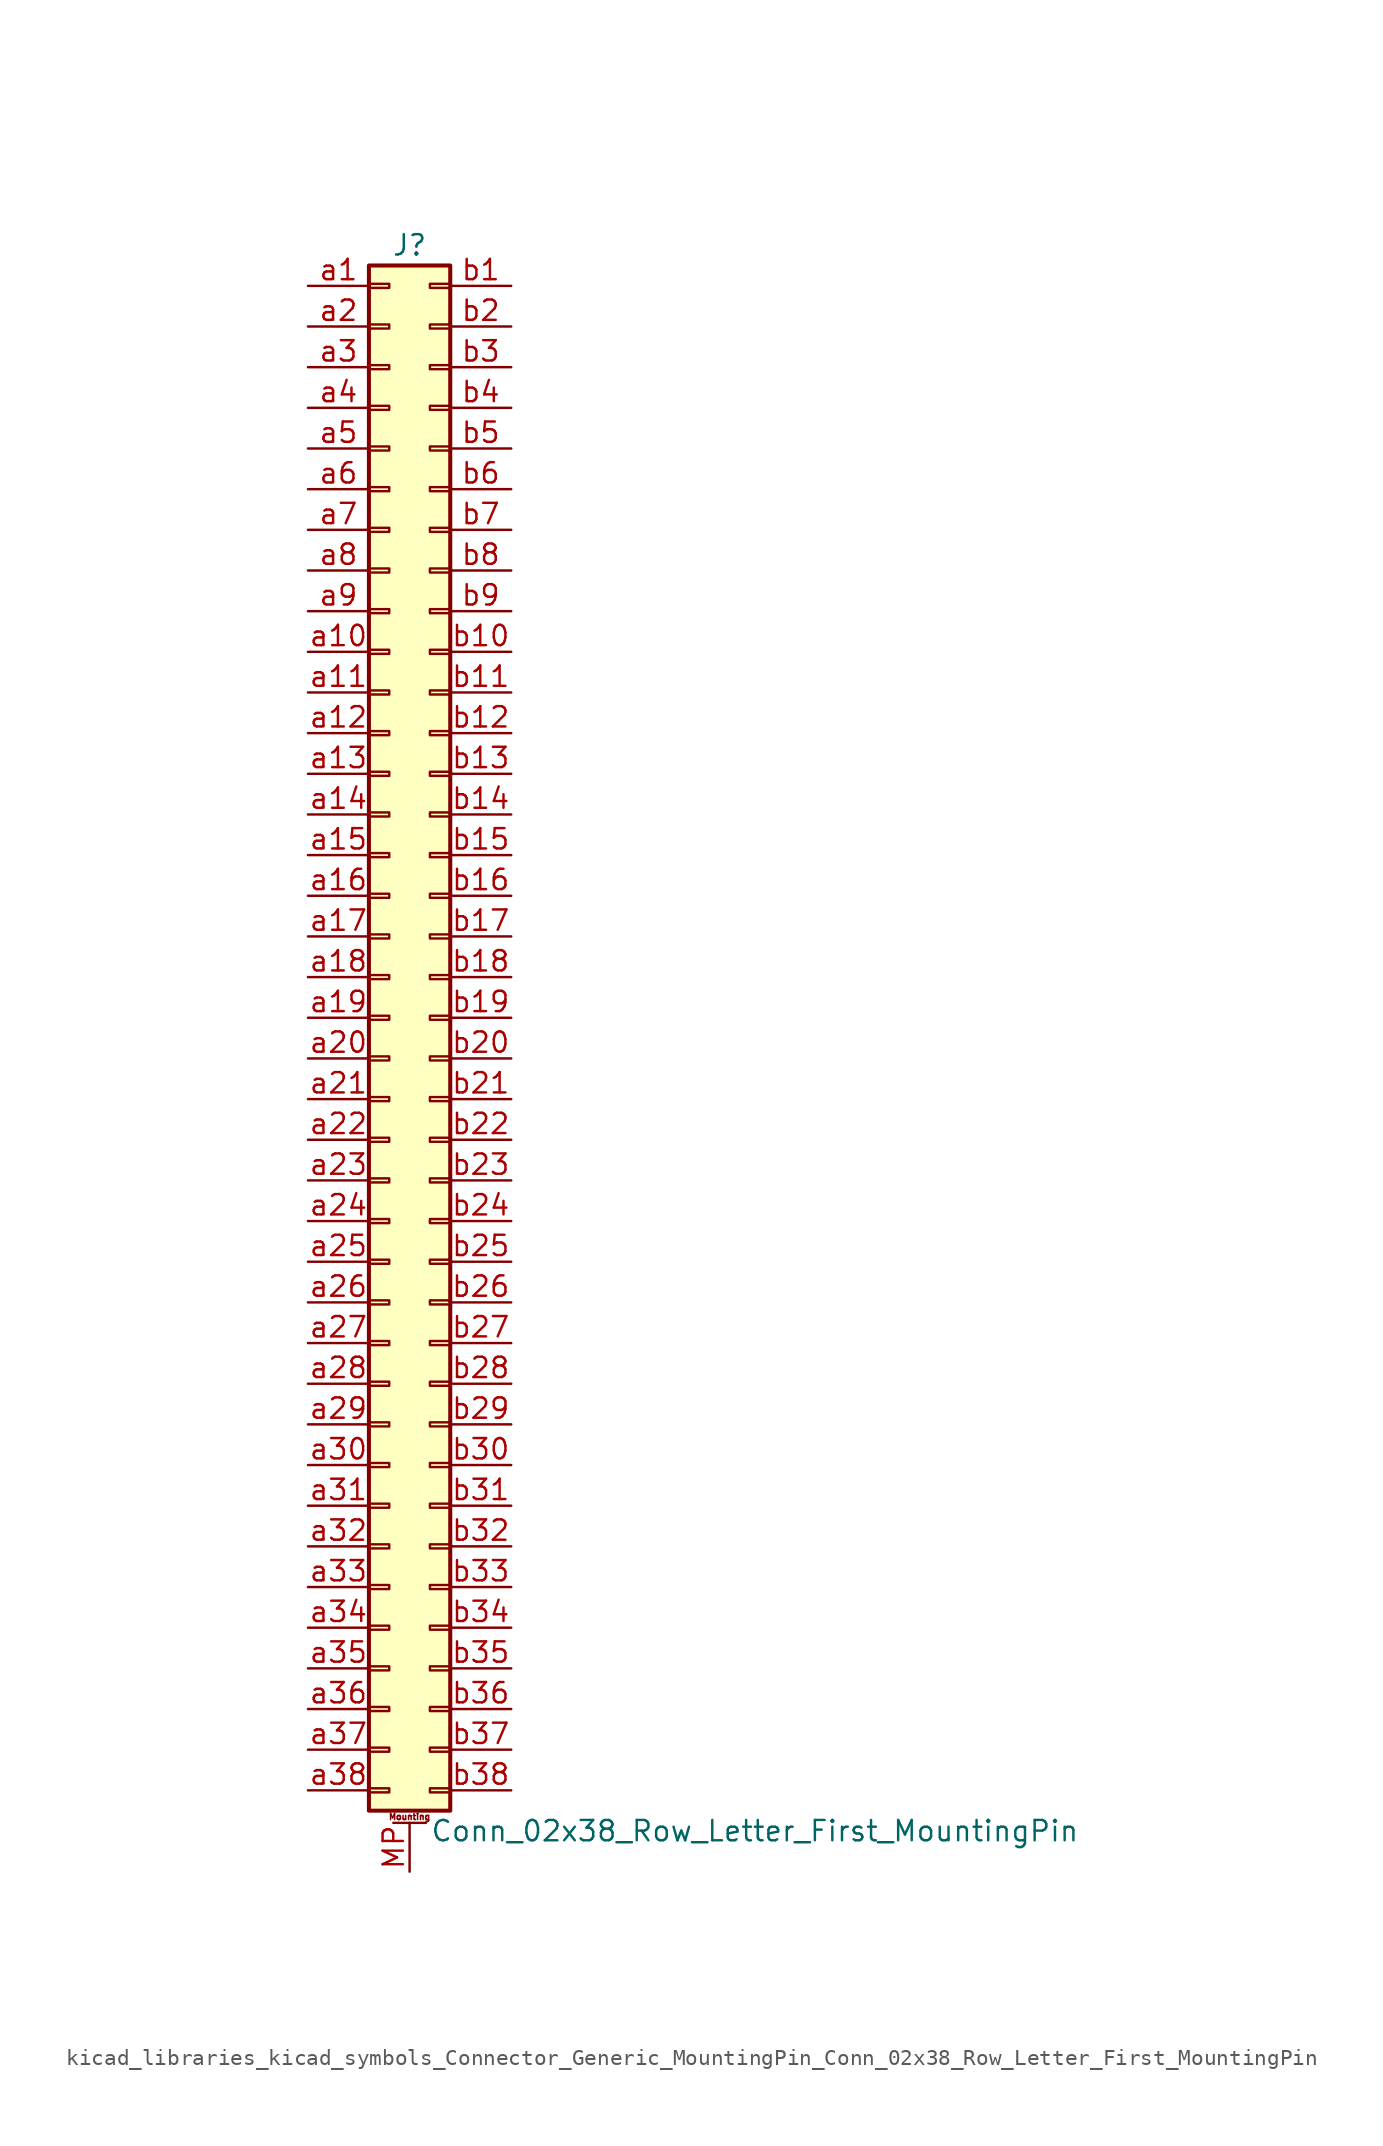
<source format=kicad_sym>
(kicad_symbol_lib
  (version 20220914)
  (generator kicad_symbol_editor)
  (symbol "kicad_libraries_kicad_symbols_Connector_Generic_MountingPin_Conn_02x38_Row_Letter_First_MountingPin"
    (pin_names
      (offset 1.016) hide)
    (property "Reference" "J"
      (at 1.27 48.26 0)
      (effects (font (size 1.27 1.27))))
    (property "Value" "Conn_02x38_Row_Letter_First_MountingPin"
      (at 2.54 -50.8 0)
      (effects (font (size 1.27 1.27)) (justify left)))
    (symbol "kicad_libraries_kicad_symbols_Connector_Generic_MountingPin_Conn_02x38_Row_Letter_First_MountingPin_1_1"
      (rectangle (start -1.27 -48.133) (end 0 -48.387) (stroke (width 0.152) (type default)) (fill (type none)))
      (rectangle (start -1.27 -45.593) (end 0 -45.847) (stroke (width 0.152) (type default)) (fill (type none)))
      (rectangle (start -1.27 -43.053) (end 0 -43.307) (stroke (width 0.152) (type default)) (fill (type none)))
      (rectangle (start -1.27 -40.513) (end 0 -40.767) (stroke (width 0.152) (type default)) (fill (type none)))
      (rectangle (start -1.27 -37.973) (end 0 -38.227) (stroke (width 0.152) (type default)) (fill (type none)))
      (rectangle (start -1.27 -35.433) (end 0 -35.687) (stroke (width 0.152) (type default)) (fill (type none)))
      (rectangle (start -1.27 -32.893) (end 0 -33.147) (stroke (width 0.152) (type default)) (fill (type none)))
      (rectangle (start -1.27 -30.353) (end 0 -30.607) (stroke (width 0.152) (type default)) (fill (type none)))
      (rectangle (start -1.27 -27.813) (end 0 -28.067) (stroke (width 0.152) (type default)) (fill (type none)))
      (rectangle (start -1.27 -25.273) (end 0 -25.527) (stroke (width 0.152) (type default)) (fill (type none)))
      (rectangle (start -1.27 -22.733) (end 0 -22.987) (stroke (width 0.152) (type default)) (fill (type none)))
      (rectangle (start -1.27 -20.193) (end 0 -20.447) (stroke (width 0.152) (type default)) (fill (type none)))
      (rectangle (start -1.27 -17.653) (end 0 -17.907) (stroke (width 0.152) (type default)) (fill (type none)))
      (rectangle (start -1.27 -15.113) (end 0 -15.367) (stroke (width 0.152) (type default)) (fill (type none)))
      (rectangle (start -1.27 -12.573) (end 0 -12.827) (stroke (width 0.152) (type default)) (fill (type none)))
      (rectangle (start -1.27 -10.033) (end 0 -10.287) (stroke (width 0.152) (type default)) (fill (type none)))
      (rectangle (start -1.27 -7.493) (end 0 -7.747) (stroke (width 0.152) (type default)) (fill (type none)))
      (rectangle (start -1.27 -4.953) (end 0 -5.207) (stroke (width 0.152) (type default)) (fill (type none)))
      (rectangle (start -1.27 -2.413) (end 0 -2.667) (stroke (width 0.152) (type default)) (fill (type none)))
      (rectangle (start -1.27 0.127) (end 0 -0.127) (stroke (width 0.152) (type default)) (fill (type none)))
      (rectangle (start -1.27 2.667) (end 0 2.413) (stroke (width 0.152) (type default)) (fill (type none)))
      (rectangle (start -1.27 5.207) (end 0 4.953) (stroke (width 0.152) (type default)) (fill (type none)))
      (rectangle (start -1.27 7.747) (end 0 7.493) (stroke (width 0.152) (type default)) (fill (type none)))
      (rectangle (start -1.27 10.287) (end 0 10.033) (stroke (width 0.152) (type default)) (fill (type none)))
      (rectangle (start -1.27 12.827) (end 0 12.573) (stroke (width 0.152) (type default)) (fill (type none)))
      (rectangle (start -1.27 15.367) (end 0 15.113) (stroke (width 0.152) (type default)) (fill (type none)))
      (rectangle (start -1.27 17.907) (end 0 17.653) (stroke (width 0.152) (type default)) (fill (type none)))
      (rectangle (start -1.27 20.447) (end 0 20.193) (stroke (width 0.152) (type default)) (fill (type none)))
      (rectangle (start -1.27 22.987) (end 0 22.733) (stroke (width 0.152) (type default)) (fill (type none)))
      (rectangle (start -1.27 25.527) (end 0 25.273) (stroke (width 0.152) (type default)) (fill (type none)))
      (rectangle (start -1.27 28.067) (end 0 27.813) (stroke (width 0.152) (type default)) (fill (type none)))
      (rectangle (start -1.27 30.607) (end 0 30.353) (stroke (width 0.152) (type default)) (fill (type none)))
      (rectangle (start -1.27 33.147) (end 0 32.893) (stroke (width 0.152) (type default)) (fill (type none)))
      (rectangle (start -1.27 35.687) (end 0 35.433) (stroke (width 0.152) (type default)) (fill (type none)))
      (rectangle (start -1.27 38.227) (end 0 37.973) (stroke (width 0.152) (type default)) (fill (type none)))
      (rectangle (start -1.27 40.767) (end 0 40.513) (stroke (width 0.152) (type default)) (fill (type none)))
      (rectangle (start -1.27 43.307) (end 0 43.053) (stroke (width 0.152) (type default)) (fill (type none)))
      (rectangle (start -1.27 45.847) (end 0 45.593) (stroke (width 0.152) (type default)) (fill (type none)))
      (rectangle (start -1.27 46.99) (end 3.81 -49.53) (stroke (width 0.254) (type default)) (fill (type background)))
      (polyline (pts (xy 0.254 -50.292) (xy 2.286 -50.292)) (stroke (width 0.152) (type default)) (fill (type none)))
      (rectangle (start 3.81 -48.133) (end 2.54 -48.387) (stroke (width 0.152) (type default)) (fill (type none)))
      (rectangle (start 3.81 -45.593) (end 2.54 -45.847) (stroke (width 0.152) (type default)) (fill (type none)))
      (rectangle (start 3.81 -43.053) (end 2.54 -43.307) (stroke (width 0.152) (type default)) (fill (type none)))
      (rectangle (start 3.81 -40.513) (end 2.54 -40.767) (stroke (width 0.152) (type default)) (fill (type none)))
      (rectangle (start 3.81 -37.973) (end 2.54 -38.227) (stroke (width 0.152) (type default)) (fill (type none)))
      (rectangle (start 3.81 -35.433) (end 2.54 -35.687) (stroke (width 0.152) (type default)) (fill (type none)))
      (rectangle (start 3.81 -32.893) (end 2.54 -33.147) (stroke (width 0.152) (type default)) (fill (type none)))
      (rectangle (start 3.81 -30.353) (end 2.54 -30.607) (stroke (width 0.152) (type default)) (fill (type none)))
      (rectangle (start 3.81 -27.813) (end 2.54 -28.067) (stroke (width 0.152) (type default)) (fill (type none)))
      (rectangle (start 3.81 -25.273) (end 2.54 -25.527) (stroke (width 0.152) (type default)) (fill (type none)))
      (rectangle (start 3.81 -22.733) (end 2.54 -22.987) (stroke (width 0.152) (type default)) (fill (type none)))
      (rectangle (start 3.81 -20.193) (end 2.54 -20.447) (stroke (width 0.152) (type default)) (fill (type none)))
      (rectangle (start 3.81 -17.653) (end 2.54 -17.907) (stroke (width 0.152) (type default)) (fill (type none)))
      (rectangle (start 3.81 -15.113) (end 2.54 -15.367) (stroke (width 0.152) (type default)) (fill (type none)))
      (rectangle (start 3.81 -12.573) (end 2.54 -12.827) (stroke (width 0.152) (type default)) (fill (type none)))
      (rectangle (start 3.81 -10.033) (end 2.54 -10.287) (stroke (width 0.152) (type default)) (fill (type none)))
      (rectangle (start 3.81 -7.493) (end 2.54 -7.747) (stroke (width 0.152) (type default)) (fill (type none)))
      (rectangle (start 3.81 -4.953) (end 2.54 -5.207) (stroke (width 0.152) (type default)) (fill (type none)))
      (rectangle (start 3.81 -2.413) (end 2.54 -2.667) (stroke (width 0.152) (type default)) (fill (type none)))
      (rectangle (start 3.81 0.127) (end 2.54 -0.127) (stroke (width 0.152) (type default)) (fill (type none)))
      (rectangle (start 3.81 2.667) (end 2.54 2.413) (stroke (width 0.152) (type default)) (fill (type none)))
      (rectangle (start 3.81 5.207) (end 2.54 4.953) (stroke (width 0.152) (type default)) (fill (type none)))
      (rectangle (start 3.81 7.747) (end 2.54 7.493) (stroke (width 0.152) (type default)) (fill (type none)))
      (rectangle (start 3.81 10.287) (end 2.54 10.033) (stroke (width 0.152) (type default)) (fill (type none)))
      (rectangle (start 3.81 12.827) (end 2.54 12.573) (stroke (width 0.152) (type default)) (fill (type none)))
      (rectangle (start 3.81 15.367) (end 2.54 15.113) (stroke (width 0.152) (type default)) (fill (type none)))
      (rectangle (start 3.81 17.907) (end 2.54 17.653) (stroke (width 0.152) (type default)) (fill (type none)))
      (rectangle (start 3.81 20.447) (end 2.54 20.193) (stroke (width 0.152) (type default)) (fill (type none)))
      (rectangle (start 3.81 22.987) (end 2.54 22.733) (stroke (width 0.152) (type default)) (fill (type none)))
      (rectangle (start 3.81 25.527) (end 2.54 25.273) (stroke (width 0.152) (type default)) (fill (type none)))
      (rectangle (start 3.81 28.067) (end 2.54 27.813) (stroke (width 0.152) (type default)) (fill (type none)))
      (rectangle (start 3.81 30.607) (end 2.54 30.353) (stroke (width 0.152) (type default)) (fill (type none)))
      (rectangle (start 3.81 33.147) (end 2.54 32.893) (stroke (width 0.152) (type default)) (fill (type none)))
      (rectangle (start 3.81 35.687) (end 2.54 35.433) (stroke (width 0.152) (type default)) (fill (type none)))
      (rectangle (start 3.81 38.227) (end 2.54 37.973) (stroke (width 0.152) (type default)) (fill (type none)))
      (rectangle (start 3.81 40.767) (end 2.54 40.513) (stroke (width 0.152) (type default)) (fill (type none)))
      (rectangle (start 3.81 43.307) (end 2.54 43.053) (stroke (width 0.152) (type default)) (fill (type none)))
      (rectangle (start 3.81 45.847) (end 2.54 45.593) (stroke (width 0.152) (type default)) (fill (type none)))
      (text "Mounting" (at 1.27 -49.911 0) (effects (font (size 0.381 0.381))))
      (pin passive line (at 1.27 -53.34 90) (length 3.048) (name "MountPin" (effects (font (size 1.27 1.27)))) (number "MP" (effects (font (size 1.27 1.27)))))
      (pin passive line (at -5.08 45.72 0) (length 3.81) (name "Pin_a1" (effects (font (size 1.27 1.27)))) (number "a1" (effects (font (size 1.27 1.27)))))
      (pin passive line (at -5.08 22.86 0) (length 3.81) (name "Pin_a10" (effects (font (size 1.27 1.27)))) (number "a10" (effects (font (size 1.27 1.27)))))
      (pin passive line (at -5.08 20.32 0) (length 3.81) (name "Pin_a11" (effects (font (size 1.27 1.27)))) (number "a11" (effects (font (size 1.27 1.27)))))
      (pin passive line (at -5.08 17.78 0) (length 3.81) (name "Pin_a12" (effects (font (size 1.27 1.27)))) (number "a12" (effects (font (size 1.27 1.27)))))
      (pin passive line (at -5.08 15.24 0) (length 3.81) (name "Pin_a13" (effects (font (size 1.27 1.27)))) (number "a13" (effects (font (size 1.27 1.27)))))
      (pin passive line (at -5.08 12.7 0) (length 3.81) (name "Pin_a14" (effects (font (size 1.27 1.27)))) (number "a14" (effects (font (size 1.27 1.27)))))
      (pin passive line (at -5.08 10.16 0) (length 3.81) (name "Pin_a15" (effects (font (size 1.27 1.27)))) (number "a15" (effects (font (size 1.27 1.27)))))
      (pin passive line (at -5.08 7.62 0) (length 3.81) (name "Pin_a16" (effects (font (size 1.27 1.27)))) (number "a16" (effects (font (size 1.27 1.27)))))
      (pin passive line (at -5.08 5.08 0) (length 3.81) (name "Pin_a17" (effects (font (size 1.27 1.27)))) (number "a17" (effects (font (size 1.27 1.27)))))
      (pin passive line (at -5.08 2.54 0) (length 3.81) (name "Pin_a18" (effects (font (size 1.27 1.27)))) (number "a18" (effects (font (size 1.27 1.27)))))
      (pin passive line (at -5.08 0 0) (length 3.81) (name "Pin_a19" (effects (font (size 1.27 1.27)))) (number "a19" (effects (font (size 1.27 1.27)))))
      (pin passive line (at -5.08 43.18 0) (length 3.81) (name "Pin_a2" (effects (font (size 1.27 1.27)))) (number "a2" (effects (font (size 1.27 1.27)))))
      (pin passive line (at -5.08 -2.54 0) (length 3.81) (name "Pin_a20" (effects (font (size 1.27 1.27)))) (number "a20" (effects (font (size 1.27 1.27)))))
      (pin passive line (at -5.08 -5.08 0) (length 3.81) (name "Pin_a21" (effects (font (size 1.27 1.27)))) (number "a21" (effects (font (size 1.27 1.27)))))
      (pin passive line (at -5.08 -7.62 0) (length 3.81) (name "Pin_a22" (effects (font (size 1.27 1.27)))) (number "a22" (effects (font (size 1.27 1.27)))))
      (pin passive line (at -5.08 -10.16 0) (length 3.81) (name "Pin_a23" (effects (font (size 1.27 1.27)))) (number "a23" (effects (font (size 1.27 1.27)))))
      (pin passive line (at -5.08 -12.7 0) (length 3.81) (name "Pin_a24" (effects (font (size 1.27 1.27)))) (number "a24" (effects (font (size 1.27 1.27)))))
      (pin passive line (at -5.08 -15.24 0) (length 3.81) (name "Pin_a25" (effects (font (size 1.27 1.27)))) (number "a25" (effects (font (size 1.27 1.27)))))
      (pin passive line (at -5.08 -17.78 0) (length 3.81) (name "Pin_a26" (effects (font (size 1.27 1.27)))) (number "a26" (effects (font (size 1.27 1.27)))))
      (pin passive line (at -5.08 -20.32 0) (length 3.81) (name "Pin_a27" (effects (font (size 1.27 1.27)))) (number "a27" (effects (font (size 1.27 1.27)))))
      (pin passive line (at -5.08 -22.86 0) (length 3.81) (name "Pin_a28" (effects (font (size 1.27 1.27)))) (number "a28" (effects (font (size 1.27 1.27)))))
      (pin passive line (at -5.08 -25.4 0) (length 3.81) (name "Pin_a29" (effects (font (size 1.27 1.27)))) (number "a29" (effects (font (size 1.27 1.27)))))
      (pin passive line (at -5.08 40.64 0) (length 3.81) (name "Pin_a3" (effects (font (size 1.27 1.27)))) (number "a3" (effects (font (size 1.27 1.27)))))
      (pin passive line (at -5.08 -27.94 0) (length 3.81) (name "Pin_a30" (effects (font (size 1.27 1.27)))) (number "a30" (effects (font (size 1.27 1.27)))))
      (pin passive line (at -5.08 -30.48 0) (length 3.81) (name "Pin_a31" (effects (font (size 1.27 1.27)))) (number "a31" (effects (font (size 1.27 1.27)))))
      (pin passive line (at -5.08 -33.02 0) (length 3.81) (name "Pin_a32" (effects (font (size 1.27 1.27)))) (number "a32" (effects (font (size 1.27 1.27)))))
      (pin passive line (at -5.08 -35.56 0) (length 3.81) (name "Pin_a33" (effects (font (size 1.27 1.27)))) (number "a33" (effects (font (size 1.27 1.27)))))
      (pin passive line (at -5.08 -38.1 0) (length 3.81) (name "Pin_a34" (effects (font (size 1.27 1.27)))) (number "a34" (effects (font (size 1.27 1.27)))))
      (pin passive line (at -5.08 -40.64 0) (length 3.81) (name "Pin_a35" (effects (font (size 1.27 1.27)))) (number "a35" (effects (font (size 1.27 1.27)))))
      (pin passive line (at -5.08 -43.18 0) (length 3.81) (name "Pin_a36" (effects (font (size 1.27 1.27)))) (number "a36" (effects (font (size 1.27 1.27)))))
      (pin passive line (at -5.08 -45.72 0) (length 3.81) (name "Pin_a37" (effects (font (size 1.27 1.27)))) (number "a37" (effects (font (size 1.27 1.27)))))
      (pin passive line (at -5.08 -48.26 0) (length 3.81) (name "Pin_a38" (effects (font (size 1.27 1.27)))) (number "a38" (effects (font (size 1.27 1.27)))))
      (pin passive line (at -5.08 38.1 0) (length 3.81) (name "Pin_a4" (effects (font (size 1.27 1.27)))) (number "a4" (effects (font (size 1.27 1.27)))))
      (pin passive line (at -5.08 35.56 0) (length 3.81) (name "Pin_a5" (effects (font (size 1.27 1.27)))) (number "a5" (effects (font (size 1.27 1.27)))))
      (pin passive line (at -5.08 33.02 0) (length 3.81) (name "Pin_a6" (effects (font (size 1.27 1.27)))) (number "a6" (effects (font (size 1.27 1.27)))))
      (pin passive line (at -5.08 30.48 0) (length 3.81) (name "Pin_a7" (effects (font (size 1.27 1.27)))) (number "a7" (effects (font (size 1.27 1.27)))))
      (pin passive line (at -5.08 27.94 0) (length 3.81) (name "Pin_a8" (effects (font (size 1.27 1.27)))) (number "a8" (effects (font (size 1.27 1.27)))))
      (pin passive line (at -5.08 25.4 0) (length 3.81) (name "Pin_a9" (effects (font (size 1.27 1.27)))) (number "a9" (effects (font (size 1.27 1.27)))))
      (pin passive line (at 7.62 45.72 180) (length 3.81) (name "Pin_b1" (effects (font (size 1.27 1.27)))) (number "b1" (effects (font (size 1.27 1.27)))))
      (pin passive line (at 7.62 22.86 180) (length 3.81) (name "Pin_b10" (effects (font (size 1.27 1.27)))) (number "b10" (effects (font (size 1.27 1.27)))))
      (pin passive line (at 7.62 20.32 180) (length 3.81) (name "Pin_b11" (effects (font (size 1.27 1.27)))) (number "b11" (effects (font (size 1.27 1.27)))))
      (pin passive line (at 7.62 17.78 180) (length 3.81) (name "Pin_b12" (effects (font (size 1.27 1.27)))) (number "b12" (effects (font (size 1.27 1.27)))))
      (pin passive line (at 7.62 15.24 180) (length 3.81) (name "Pin_b13" (effects (font (size 1.27 1.27)))) (number "b13" (effects (font (size 1.27 1.27)))))
      (pin passive line (at 7.62 12.7 180) (length 3.81) (name "Pin_b14" (effects (font (size 1.27 1.27)))) (number "b14" (effects (font (size 1.27 1.27)))))
      (pin passive line (at 7.62 10.16 180) (length 3.81) (name "Pin_b15" (effects (font (size 1.27 1.27)))) (number "b15" (effects (font (size 1.27 1.27)))))
      (pin passive line (at 7.62 7.62 180) (length 3.81) (name "Pin_b16" (effects (font (size 1.27 1.27)))) (number "b16" (effects (font (size 1.27 1.27)))))
      (pin passive line (at 7.62 5.08 180) (length 3.81) (name "Pin_b17" (effects (font (size 1.27 1.27)))) (number "b17" (effects (font (size 1.27 1.27)))))
      (pin passive line (at 7.62 2.54 180) (length 3.81) (name "Pin_b18" (effects (font (size 1.27 1.27)))) (number "b18" (effects (font (size 1.27 1.27)))))
      (pin passive line (at 7.62 0 180) (length 3.81) (name "Pin_b19" (effects (font (size 1.27 1.27)))) (number "b19" (effects (font (size 1.27 1.27)))))
      (pin passive line (at 7.62 43.18 180) (length 3.81) (name "Pin_b2" (effects (font (size 1.27 1.27)))) (number "b2" (effects (font (size 1.27 1.27)))))
      (pin passive line (at 7.62 -2.54 180) (length 3.81) (name "Pin_b20" (effects (font (size 1.27 1.27)))) (number "b20" (effects (font (size 1.27 1.27)))))
      (pin passive line (at 7.62 -5.08 180) (length 3.81) (name "Pin_b21" (effects (font (size 1.27 1.27)))) (number "b21" (effects (font (size 1.27 1.27)))))
      (pin passive line (at 7.62 -7.62 180) (length 3.81) (name "Pin_b22" (effects (font (size 1.27 1.27)))) (number "b22" (effects (font (size 1.27 1.27)))))
      (pin passive line (at 7.62 -10.16 180) (length 3.81) (name "Pin_b23" (effects (font (size 1.27 1.27)))) (number "b23" (effects (font (size 1.27 1.27)))))
      (pin passive line (at 7.62 -12.7 180) (length 3.81) (name "Pin_b24" (effects (font (size 1.27 1.27)))) (number "b24" (effects (font (size 1.27 1.27)))))
      (pin passive line (at 7.62 -15.24 180) (length 3.81) (name "Pin_b25" (effects (font (size 1.27 1.27)))) (number "b25" (effects (font (size 1.27 1.27)))))
      (pin passive line (at 7.62 -17.78 180) (length 3.81) (name "Pin_b26" (effects (font (size 1.27 1.27)))) (number "b26" (effects (font (size 1.27 1.27)))))
      (pin passive line (at 7.62 -20.32 180) (length 3.81) (name "Pin_b27" (effects (font (size 1.27 1.27)))) (number "b27" (effects (font (size 1.27 1.27)))))
      (pin passive line (at 7.62 -22.86 180) (length 3.81) (name "Pin_b28" (effects (font (size 1.27 1.27)))) (number "b28" (effects (font (size 1.27 1.27)))))
      (pin passive line (at 7.62 -25.4 180) (length 3.81) (name "Pin_b29" (effects (font (size 1.27 1.27)))) (number "b29" (effects (font (size 1.27 1.27)))))
      (pin passive line (at 7.62 40.64 180) (length 3.81) (name "Pin_b3" (effects (font (size 1.27 1.27)))) (number "b3" (effects (font (size 1.27 1.27)))))
      (pin passive line (at 7.62 -27.94 180) (length 3.81) (name "Pin_b30" (effects (font (size 1.27 1.27)))) (number "b30" (effects (font (size 1.27 1.27)))))
      (pin passive line (at 7.62 -30.48 180) (length 3.81) (name "Pin_b31" (effects (font (size 1.27 1.27)))) (number "b31" (effects (font (size 1.27 1.27)))))
      (pin passive line (at 7.62 -33.02 180) (length 3.81) (name "Pin_b32" (effects (font (size 1.27 1.27)))) (number "b32" (effects (font (size 1.27 1.27)))))
      (pin passive line (at 7.62 -35.56 180) (length 3.81) (name "Pin_b33" (effects (font (size 1.27 1.27)))) (number "b33" (effects (font (size 1.27 1.27)))))
      (pin passive line (at 7.62 -38.1 180) (length 3.81) (name "Pin_b34" (effects (font (size 1.27 1.27)))) (number "b34" (effects (font (size 1.27 1.27)))))
      (pin passive line (at 7.62 -40.64 180) (length 3.81) (name "Pin_b35" (effects (font (size 1.27 1.27)))) (number "b35" (effects (font (size 1.27 1.27)))))
      (pin passive line (at 7.62 -43.18 180) (length 3.81) (name "Pin_b36" (effects (font (size 1.27 1.27)))) (number "b36" (effects (font (size 1.27 1.27)))))
      (pin passive line (at 7.62 -45.72 180) (length 3.81) (name "Pin_b37" (effects (font (size 1.27 1.27)))) (number "b37" (effects (font (size 1.27 1.27)))))
      (pin passive line (at 7.62 -48.26 180) (length 3.81) (name "Pin_b38" (effects (font (size 1.27 1.27)))) (number "b38" (effects (font (size 1.27 1.27)))))
      (pin passive line (at 7.62 38.1 180) (length 3.81) (name "Pin_b4" (effects (font (size 1.27 1.27)))) (number "b4" (effects (font (size 1.27 1.27)))))
      (pin passive line (at 7.62 35.56 180) (length 3.81) (name "Pin_b5" (effects (font (size 1.27 1.27)))) (number "b5" (effects (font (size 1.27 1.27)))))
      (pin passive line (at 7.62 33.02 180) (length 3.81) (name "Pin_b6" (effects (font (size 1.27 1.27)))) (number "b6" (effects (font (size 1.27 1.27)))))
      (pin passive line (at 7.62 30.48 180) (length 3.81) (name "Pin_b7" (effects (font (size 1.27 1.27)))) (number "b7" (effects (font (size 1.27 1.27)))))
      (pin passive line (at 7.62 27.94 180) (length 3.81) (name "Pin_b8" (effects (font (size 1.27 1.27)))) (number "b8" (effects (font (size 1.27 1.27)))))
      (pin passive line (at 7.62 25.4 180) (length 3.81) (name "Pin_b9" (effects (font (size 1.27 1.27)))) (number "b9" (effects (font (size 1.27 1.27))))))))
</source>
